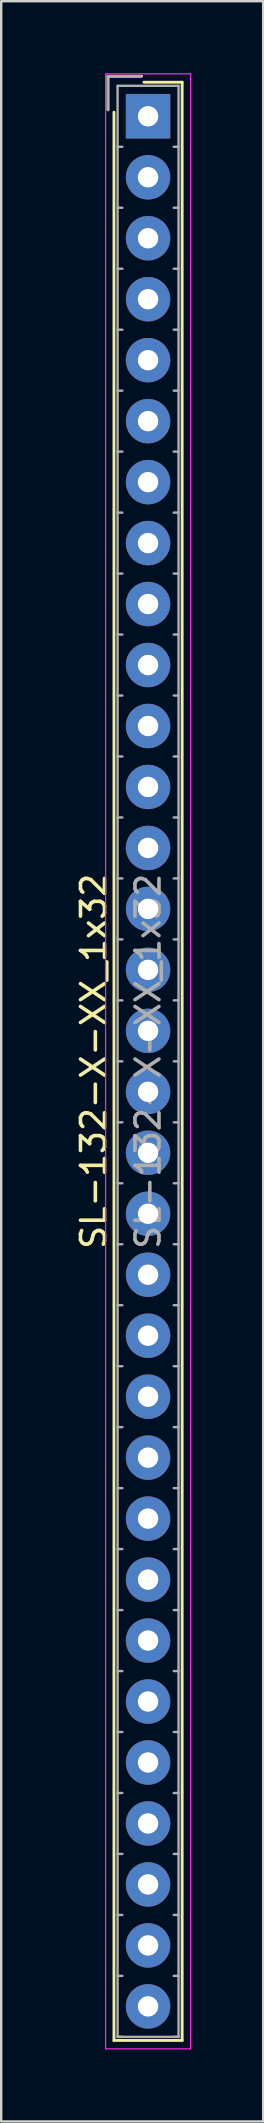
<source format=kicad_pcb>
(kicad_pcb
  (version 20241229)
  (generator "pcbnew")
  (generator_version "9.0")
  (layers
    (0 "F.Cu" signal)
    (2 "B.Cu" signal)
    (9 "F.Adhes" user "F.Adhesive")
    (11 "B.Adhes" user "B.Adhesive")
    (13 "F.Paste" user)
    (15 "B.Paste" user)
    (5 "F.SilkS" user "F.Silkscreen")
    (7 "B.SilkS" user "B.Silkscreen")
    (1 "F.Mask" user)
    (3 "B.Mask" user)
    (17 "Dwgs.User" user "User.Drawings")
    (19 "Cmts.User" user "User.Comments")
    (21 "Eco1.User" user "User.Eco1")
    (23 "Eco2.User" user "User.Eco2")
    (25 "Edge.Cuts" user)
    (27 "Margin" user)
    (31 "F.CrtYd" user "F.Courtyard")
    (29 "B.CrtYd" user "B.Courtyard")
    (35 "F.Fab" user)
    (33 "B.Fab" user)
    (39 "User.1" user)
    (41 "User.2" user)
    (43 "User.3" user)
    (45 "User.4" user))
  (footprint "SL-132-X-XX_1x32"
    (layer "F.Cu")
    (at 3.118 1.795)
    (property "Reference" "SL-132-X-XX_1x32" (at -2.27 39.37 90) (layer "F.SilkS") (effects (font (size 1 1) (thickness 0.15))))
    (attr through_hole)
    (fp_line (start -1.67 -1.67) (end -1.67 -0.27) (stroke (width 0.12) (type solid)) (layer "F.SilkS"))
    (fp_line (start -1.42 80.16) (end -1.42 -0.17) (stroke (width 0.12) (type solid)) (layer "F.SilkS"))
    (fp_line (start -0.27 -1.67) (end -1.67 -1.67) (stroke (width 0.12) (type solid)) (layer "F.SilkS"))
    (fp_line (start -0.17 -1.42) (end 1.42 -1.42) (stroke (width 0.12) (type solid)) (layer "F.SilkS"))
    (fp_line (start 1.42 -1.42) (end 1.42 80.16) (stroke (width 0.12) (type solid)) (layer "F.SilkS"))
    (fp_line (start 1.42 80.16) (end -1.42 80.16) (stroke (width 0.12) (type solid)) (layer "F.SilkS"))
    (fp_line (start -1.77 -1.77) (end -1.77 80.51) (stroke (width 0.05) (type solid)) (layer "F.CrtYd"))
    (fp_line (start -1.77 80.51) (end 1.77 80.51) (stroke (width 0.05) (type solid)) (layer "F.CrtYd"))
    (fp_line (start 1.77 -1.77) (end -1.77 -1.77) (stroke (width 0.05) (type solid)) (layer "F.CrtYd"))
    (fp_line (start 1.77 80.51) (end 1.77 -1.77) (stroke (width 0.05) (type solid)) (layer "F.CrtYd"))
    (fp_line (start -1.67 -1.67) (end -1.67 -0.27) (stroke (width 0.1) (type solid)) (layer "F.Fab"))
    (fp_line (start -1.27 -1.27) (end -1.27 80.01) (stroke (width 0.1) (type solid)) (layer "F.Fab"))
    (fp_line (start -1.27 1.27) (end -1.07 1.27) (stroke (width 0.1) (type solid)) (layer "F.Fab"))
    (fp_line (start -1.27 3.81) (end -1.07 3.81) (stroke (width 0.1) (type solid)) (layer "F.Fab"))
    (fp_line (start -1.27 6.35) (end -1.07 6.35) (stroke (width 0.1) (type solid)) (layer "F.Fab"))
    (fp_line (start -1.27 8.89) (end -1.07 8.89) (stroke (width 0.1) (type solid)) (layer "F.Fab"))
    (fp_line (start -1.27 11.43) (end -1.07 11.43) (stroke (width 0.1) (type solid)) (layer "F.Fab"))
    (fp_line (start -1.27 13.97) (end -1.07 13.97) (stroke (width 0.1) (type solid)) (layer "F.Fab"))
    (fp_line (start -1.27 16.51) (end -1.07 16.51) (stroke (width 0.1) (type solid)) (layer "F.Fab"))
    (fp_line (start -1.27 19.05) (end -1.07 19.05) (stroke (width 0.1) (type solid)) (layer "F.Fab"))
    (fp_line (start -1.27 21.59) (end -1.07 21.59) (stroke (width 0.1) (type solid)) (layer "F.Fab"))
    (fp_line (start -1.27 24.13) (end -1.07 24.13) (stroke (width 0.1) (type solid)) (layer "F.Fab"))
    (fp_line (start -1.27 26.67) (end -1.07 26.67) (stroke (width 0.1) (type solid)) (layer "F.Fab"))
    (fp_line (start -1.27 29.21) (end -1.07 29.21) (stroke (width 0.1) (type solid)) (layer "F.Fab"))
    (fp_line (start -1.27 31.75) (end -1.07 31.75) (stroke (width 0.1) (type solid)) (layer "F.Fab"))
    (fp_line (start -1.27 34.29) (end -1.07 34.29) (stroke (width 0.1) (type solid)) (layer "F.Fab"))
    (fp_line (start -1.27 36.83) (end -1.07 36.83) (stroke (width 0.1) (type solid)) (layer "F.Fab"))
    (fp_line (start -1.27 39.37) (end -1.07 39.37) (stroke (width 0.1) (type solid)) (layer "F.Fab"))
    (fp_line (start -1.27 41.91) (end -1.07 41.91) (stroke (width 0.1) (type solid)) (layer "F.Fab"))
    (fp_line (start -1.27 44.45) (end -1.07 44.45) (stroke (width 0.1) (type solid)) (layer "F.Fab"))
    (fp_line (start -1.27 46.99) (end -1.07 46.99) (stroke (width 0.1) (type solid)) (layer "F.Fab"))
    (fp_line (start -1.27 49.53) (end -1.07 49.53) (stroke (width 0.1) (type solid)) (layer "F.Fab"))
    (fp_line (start -1.27 52.07) (end -1.07 52.07) (stroke (width 0.1) (type solid)) (layer "F.Fab"))
    (fp_line (start -1.27 54.61) (end -1.07 54.61) (stroke (width 0.1) (type solid)) (layer "F.Fab"))
    (fp_line (start -1.27 57.15) (end -1.07 57.15) (stroke (width 0.1) (type solid)) (layer "F.Fab"))
    (fp_line (start -1.27 59.69) (end -1.07 59.69) (stroke (width 0.1) (type solid)) (layer "F.Fab"))
    (fp_line (start -1.27 62.23) (end -1.07 62.23) (stroke (width 0.1) (type solid)) (layer "F.Fab"))
    (fp_line (start -1.27 64.77) (end -1.07 64.77) (stroke (width 0.1) (type solid)) (layer "F.Fab"))
    (fp_line (start -1.27 67.31) (end -1.07 67.31) (stroke (width 0.1) (type solid)) (layer "F.Fab"))
    (fp_line (start -1.27 69.85) (end -1.07 69.85) (stroke (width 0.1) (type solid)) (layer "F.Fab"))
    (fp_line (start -1.27 72.39) (end -1.07 72.39) (stroke (width 0.1) (type solid)) (layer "F.Fab"))
    (fp_line (start -1.27 74.93) (end -1.07 74.93) (stroke (width 0.1) (type solid)) (layer "F.Fab"))
    (fp_line (start -1.27 77.47) (end -1.07 77.47) (stroke (width 0.1) (type solid)) (layer "F.Fab"))
    (fp_line (start -1.27 80.01) (end -1.07 80.01) (stroke (width 0.1) (type solid)) (layer "F.Fab"))
    (fp_line (start -1.27 80.01) (end 1.27 80.01) (stroke (width 0.1) (type solid)) (layer "F.Fab"))
    (fp_line (start -0.27 -1.67) (end -1.67 -1.67) (stroke (width 0.1) (type solid)) (layer "F.Fab"))
    (fp_line (start 1.27 -1.27) (end -1.27 -1.27) (stroke (width 0.1) (type solid)) (layer "F.Fab"))
    (fp_line (start 1.27 1.27) (end 1.07 1.27) (stroke (width 0.1) (type solid)) (layer "F.Fab"))
    (fp_line (start 1.27 3.81) (end 1.07 3.81) (stroke (width 0.1) (type solid)) (layer "F.Fab"))
    (fp_line (start 1.27 6.35) (end 1.07 6.35) (stroke (width 0.1) (type solid)) (layer "F.Fab"))
    (fp_line (start 1.27 8.89) (end 1.07 8.89) (stroke (width 0.1) (type solid)) (layer "F.Fab"))
    (fp_line (start 1.27 11.43) (end 1.07 11.43) (stroke (width 0.1) (type solid)) (layer "F.Fab"))
    (fp_line (start 1.27 13.97) (end 1.07 13.97) (stroke (width 0.1) (type solid)) (layer "F.Fab"))
    (fp_line (start 1.27 16.51) (end 1.07 16.51) (stroke (width 0.1) (type solid)) (layer "F.Fab"))
    (fp_line (start 1.27 19.05) (end 1.07 19.05) (stroke (width 0.1) (type solid)) (layer "F.Fab"))
    (fp_line (start 1.27 21.59) (end 1.07 21.59) (stroke (width 0.1) (type solid)) (layer "F.Fab"))
    (fp_line (start 1.27 24.13) (end 1.07 24.13) (stroke (width 0.1) (type solid)) (layer "F.Fab"))
    (fp_line (start 1.27 26.67) (end 1.07 26.67) (stroke (width 0.1) (type solid)) (layer "F.Fab"))
    (fp_line (start 1.27 29.21) (end 1.07 29.21) (stroke (width 0.1) (type solid)) (layer "F.Fab"))
    (fp_line (start 1.27 31.75) (end 1.07 31.75) (stroke (width 0.1) (type solid)) (layer "F.Fab"))
    (fp_line (start 1.27 34.29) (end 1.07 34.29) (stroke (width 0.1) (type solid)) (layer "F.Fab"))
    (fp_line (start 1.27 36.83) (end 1.07 36.83) (stroke (width 0.1) (type solid)) (layer "F.Fab"))
    (fp_line (start 1.27 39.37) (end 1.07 39.37) (stroke (width 0.1) (type solid)) (layer "F.Fab"))
    (fp_line (start 1.27 41.91) (end 1.07 41.91) (stroke (width 0.1) (type solid)) (layer "F.Fab"))
    (fp_line (start 1.27 44.45) (end 1.07 44.45) (stroke (width 0.1) (type solid)) (layer "F.Fab"))
    (fp_line (start 1.27 46.99) (end 1.07 46.99) (stroke (width 0.1) (type solid)) (layer "F.Fab"))
    (fp_line (start 1.27 49.53) (end 1.07 49.53) (stroke (width 0.1) (type solid)) (layer "F.Fab"))
    (fp_line (start 1.27 52.07) (end 1.07 52.07) (stroke (width 0.1) (type solid)) (layer "F.Fab"))
    (fp_line (start 1.27 54.61) (end 1.07 54.61) (stroke (width 0.1) (type solid)) (layer "F.Fab"))
    (fp_line (start 1.27 57.15) (end 1.07 57.15) (stroke (width 0.1) (type solid)) (layer "F.Fab"))
    (fp_line (start 1.27 59.69) (end 1.07 59.69) (stroke (width 0.1) (type solid)) (layer "F.Fab"))
    (fp_line (start 1.27 62.23) (end 1.07 62.23) (stroke (width 0.1) (type solid)) (layer "F.Fab"))
    (fp_line (start 1.27 64.77) (end 1.07 64.77) (stroke (width 0.1) (type solid)) (layer "F.Fab"))
    (fp_line (start 1.27 67.31) (end 1.07 67.31) (stroke (width 0.1) (type solid)) (layer "F.Fab"))
    (fp_line (start 1.27 69.85) (end 1.07 69.85) (stroke (width 0.1) (type solid)) (layer "F.Fab"))
    (fp_line (start 1.27 72.39) (end 1.07 72.39) (stroke (width 0.1) (type solid)) (layer "F.Fab"))
    (fp_line (start 1.27 74.93) (end 1.07 74.93) (stroke (width 0.1) (type solid)) (layer "F.Fab"))
    (fp_line (start 1.27 77.47) (end 1.07 77.47) (stroke (width 0.1) (type solid)) (layer "F.Fab"))
    (fp_line (start 1.27 80.01) (end 1.07 80.01) (stroke (width 0.1) (type solid)) (layer "F.Fab"))
    (fp_line (start 1.27 80.01) (end 1.27 -1.27) (stroke (width 0.1) (type solid)) (layer "F.Fab"))
    (fp_text user "${REFERENCE}" (at 0 39.37 90) (layer "F.Fab") (effects (font (size 1 1) (thickness 0.15))))
    (pad "1" thru_hole rect (at 0 0) (size 1.85 1.85) (drill 0.85) (layers "*.Cu" "*.Mask"))
    (pad "2" thru_hole circle (at 0 2.54) (size 1.85 1.85) (drill 0.85) (layers "*.Cu" "*.Mask"))
    (pad "3" thru_hole circle (at 0 5.08) (size 1.85 1.85) (drill 0.85) (layers "*.Cu" "*.Mask"))
    (pad "4" thru_hole circle (at 0 7.62) (size 1.85 1.85) (drill 0.85) (layers "*.Cu" "*.Mask"))
    (pad "5" thru_hole circle (at 0 10.16) (size 1.85 1.85) (drill 0.85) (layers "*.Cu" "*.Mask"))
    (pad "6" thru_hole circle (at 0 12.7) (size 1.85 1.85) (drill 0.85) (layers "*.Cu" "*.Mask"))
    (pad "7" thru_hole circle (at 0 15.24) (size 1.85 1.85) (drill 0.85) (layers "*.Cu" "*.Mask"))
    (pad "8" thru_hole circle (at 0 17.78) (size 1.85 1.85) (drill 0.85) (layers "*.Cu" "*.Mask"))
    (pad "9" thru_hole circle (at 0 20.32) (size 1.85 1.85) (drill 0.85) (layers "*.Cu" "*.Mask"))
    (pad "10" thru_hole circle (at 0 22.86) (size 1.85 1.85) (drill 0.85) (layers "*.Cu" "*.Mask"))
    (pad "11" thru_hole circle (at 0 25.4) (size 1.85 1.85) (drill 0.85) (layers "*.Cu" "*.Mask"))
    (pad "12" thru_hole circle (at 0 27.94) (size 1.85 1.85) (drill 0.85) (layers "*.Cu" "*.Mask"))
    (pad "13" thru_hole circle (at 0 30.48) (size 1.85 1.85) (drill 0.85) (layers "*.Cu" "*.Mask"))
    (pad "14" thru_hole circle (at 0 33.02) (size 1.85 1.85) (drill 0.85) (layers "*.Cu" "*.Mask"))
    (pad "15" thru_hole circle (at 0 35.56) (size 1.85 1.85) (drill 0.85) (layers "*.Cu" "*.Mask"))
    (pad "16" thru_hole circle (at 0 38.1) (size 1.85 1.85) (drill 0.85) (layers "*.Cu" "*.Mask"))
    (pad "17" thru_hole circle (at 0 40.64) (size 1.85 1.85) (drill 0.85) (layers "*.Cu" "*.Mask"))
    (pad "18" thru_hole circle (at 0 43.18) (size 1.85 1.85) (drill 0.85) (layers "*.Cu" "*.Mask"))
    (pad "19" thru_hole circle (at 0 45.72) (size 1.85 1.85) (drill 0.85) (layers "*.Cu" "*.Mask"))
    (pad "20" thru_hole circle (at 0 48.26) (size 1.85 1.85) (drill 0.85) (layers "*.Cu" "*.Mask"))
    (pad "21" thru_hole circle (at 0 50.8) (size 1.85 1.85) (drill 0.85) (layers "*.Cu" "*.Mask"))
    (pad "22" thru_hole circle (at 0 53.34) (size 1.85 1.85) (drill 0.85) (layers "*.Cu" "*.Mask"))
    (pad "23" thru_hole circle (at 0 55.88) (size 1.85 1.85) (drill 0.85) (layers "*.Cu" "*.Mask"))
    (pad "24" thru_hole circle (at 0 58.42) (size 1.85 1.85) (drill 0.85) (layers "*.Cu" "*.Mask"))
    (pad "25" thru_hole circle (at 0 60.96) (size 1.85 1.85) (drill 0.85) (layers "*.Cu" "*.Mask"))
    (pad "26" thru_hole circle (at 0 63.5) (size 1.85 1.85) (drill 0.85) (layers "*.Cu" "*.Mask"))
    (pad "27" thru_hole circle (at 0 66.04) (size 1.85 1.85) (drill 0.85) (layers "*.Cu" "*.Mask"))
    (pad "28" thru_hole circle (at 0 68.58) (size 1.85 1.85) (drill 0.85) (layers "*.Cu" "*.Mask"))
    (pad "29" thru_hole circle (at 0 71.12) (size 1.85 1.85) (drill 0.85) (layers "*.Cu" "*.Mask"))
    (pad "30" thru_hole circle (at 0 73.66) (size 1.85 1.85) (drill 0.85) (layers "*.Cu" "*.Mask"))
    (pad "31" thru_hole circle (at 0 76.2) (size 1.85 1.85) (drill 0.85) (layers "*.Cu" "*.Mask"))
    (pad "32" thru_hole circle (at 0 78.74) (size 1.85 1.85) (drill 0.85) (layers "*.Cu" "*.Mask")))
  (gr_rect
    (start -3 -3)
    (end 7.913 85.33)
    (stroke (width 0.1) (type default))
    (fill no)
    (layer "Edge.Cuts")))
</source>
